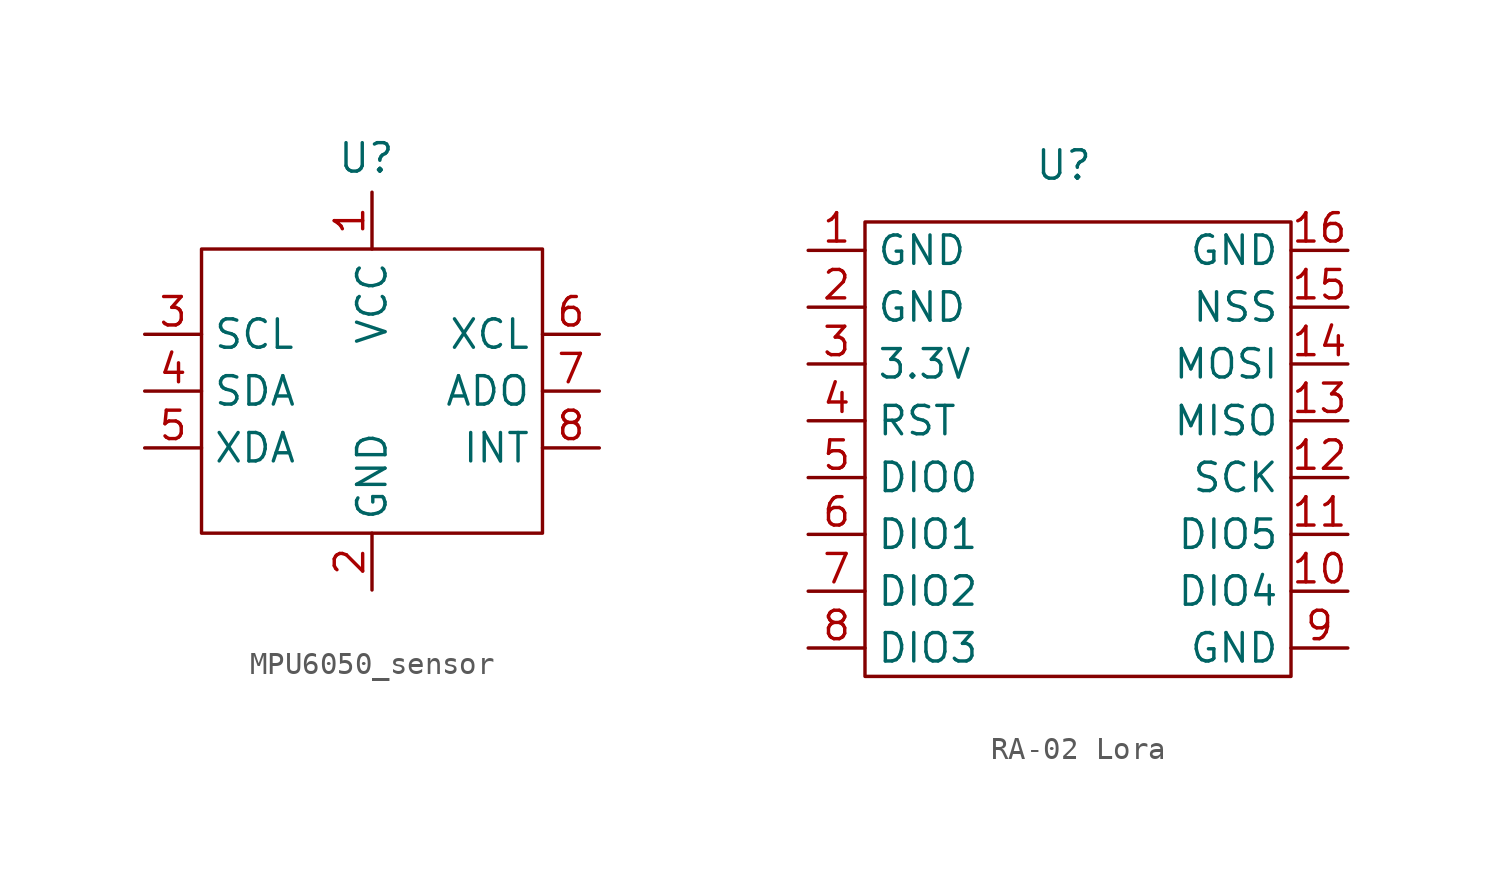
<source format=kicad_sym>
(kicad_symbol_lib
  (version 20241209)
  (generator "kicad_symbol_editor")
  (generator_version "9.0")
  (symbol "MPU6050_sensor"
    (property "Reference" "U"
      (at -0.254 10.414 0)
      (effects (font (size 1.27 1.27))))
    (property "Value" ""
      (at 0 0 0)
      (effects (font (size 1.27 1.27))))
    (symbol "MPU6050_sensor_0_1"
      (rectangle (start -7.62 6.35) (end 7.62 -6.35) (stroke (width 0) (type default)) (fill (type none))))
    (symbol "MPU6050_sensor_1_1"
      (pin bidirectional line (at -10.16 2.54 0) (length 2.54) (name "SCL" (effects (font (size 1.27 1.27)))) (number "3" (effects (font (size 1.27 1.27)))))
      (pin bidirectional line (at -10.16 0 0) (length 2.54) (name "SDA" (effects (font (size 1.27 1.27)))) (number "4" (effects (font (size 1.27 1.27)))))
      (pin bidirectional line (at -10.16 -2.54 0) (length 2.54) (name "XDA" (effects (font (size 1.27 1.27)))) (number "5" (effects (font (size 1.27 1.27)))))
      (pin bidirectional line (at 0 8.89 270) (length 2.54) (name "VCC" (effects (font (size 1.27 1.27)))) (number "1" (effects (font (size 1.27 1.27)))))
      (pin power_in line (at 0 -8.89 90) (length 2.54) (name "GND" (effects (font (size 1.27 1.27)))) (number "2" (effects (font (size 1.27 1.27)))))
      (pin bidirectional line (at 10.16 2.54 180) (length 2.54) (name "XCL" (effects (font (size 1.27 1.27)))) (number "6" (effects (font (size 1.27 1.27)))))
      (pin bidirectional line (at 10.16 0 180) (length 2.54) (name "ADO" (effects (font (size 1.27 1.27)))) (number "7" (effects (font (size 1.27 1.27)))))
      (pin bidirectional line (at 10.16 -2.54 180) (length 2.54) (name "INT" (effects (font (size 1.27 1.27)))) (number "8" (effects (font (size 1.27 1.27)))))))
  (symbol "RA-02 Lora"
    (property "Reference" "U"
      (at 0 8.89 0)
      (effects (font (size 1.27 1.27))))
    (property "Value" ""
      (at 0 0 0)
      (effects (font (size 1.27 1.27))))
    (symbol "RA-02 Lora_0_1"
      (rectangle (start -8.89 6.35) (end 10.16 -13.97) (stroke (width 0) (type default)) (fill (type none))))
    (symbol "RA-02 Lora_1_1"
      (pin power_in line (at -11.43 5.08 0) (length 2.54) (name "GND" (effects (font (size 1.27 1.27)))) (number "1" (effects (font (size 1.27 1.27)))))
      (pin power_in line (at -11.43 2.54 0) (length 2.54) (name "GND" (effects (font (size 1.27 1.27)))) (number "2" (effects (font (size 1.27 1.27)))))
      (pin power_in line (at -11.43 0 0) (length 2.54) (name "3.3V" (effects (font (size 1.27 1.27)))) (number "3" (effects (font (size 1.27 1.27)))))
      (pin input line (at -11.43 -2.54 0) (length 2.54) (name "RST" (effects (font (size 1.27 1.27)))) (number "4" (effects (font (size 1.27 1.27)))))
      (pin input line (at -11.43 -5.08 0) (length 2.54) (name "DIO0" (effects (font (size 1.27 1.27)))) (number "5" (effects (font (size 1.27 1.27)))))
      (pin bidirectional line (at -11.43 -7.62 0) (length 2.54) (name "DIO1" (effects (font (size 1.27 1.27)))) (number "6" (effects (font (size 1.27 1.27)))))
      (pin bidirectional line (at -11.43 -10.16 0) (length 2.54) (name "DIO2" (effects (font (size 1.27 1.27)))) (number "7" (effects (font (size 1.27 1.27)))))
      (pin bidirectional line (at -11.43 -12.7 0) (length 2.54) (name "DIO3" (effects (font (size 1.27 1.27)))) (number "8" (effects (font (size 1.27 1.27)))))
      (pin input line (at 12.7 5.08 180) (length 2.54) (name "GND" (effects (font (size 1.27 1.27)))) (number "16" (effects (font (size 1.27 1.27)))))
      (pin input line (at 12.7 2.54 180) (length 2.54) (name "NSS" (effects (font (size 1.27 1.27)))) (number "15" (effects (font (size 1.27 1.27)))))
      (pin bidirectional line (at 12.7 0 180) (length 2.54) (name "MOSI" (effects (font (size 1.27 1.27)))) (number "14" (effects (font (size 1.27 1.27)))))
      (pin bidirectional line (at 12.7 -2.54 180) (length 2.54) (name "MISO" (effects (font (size 1.27 1.27)))) (number "13" (effects (font (size 1.27 1.27)))))
      (pin input line (at 12.7 -5.08 180) (length 2.54) (name "SCK" (effects (font (size 1.27 1.27)))) (number "12" (effects (font (size 1.27 1.27)))))
      (pin bidirectional line (at 12.7 -7.62 180) (length 2.54) (name "DIO5" (effects (font (size 1.27 1.27)))) (number "11" (effects (font (size 1.27 1.27)))))
      (pin bidirectional line (at 12.7 -10.16 180) (length 2.54) (name "DIO4" (effects (font (size 1.27 1.27)))) (number "10" (effects (font (size 1.27 1.27)))))
      (pin input line (at 12.7 -12.7 180) (length 2.54) (name "GND" (effects (font (size 1.27 1.27)))) (number "9" (effects (font (size 1.27 1.27))))))))
</source>
